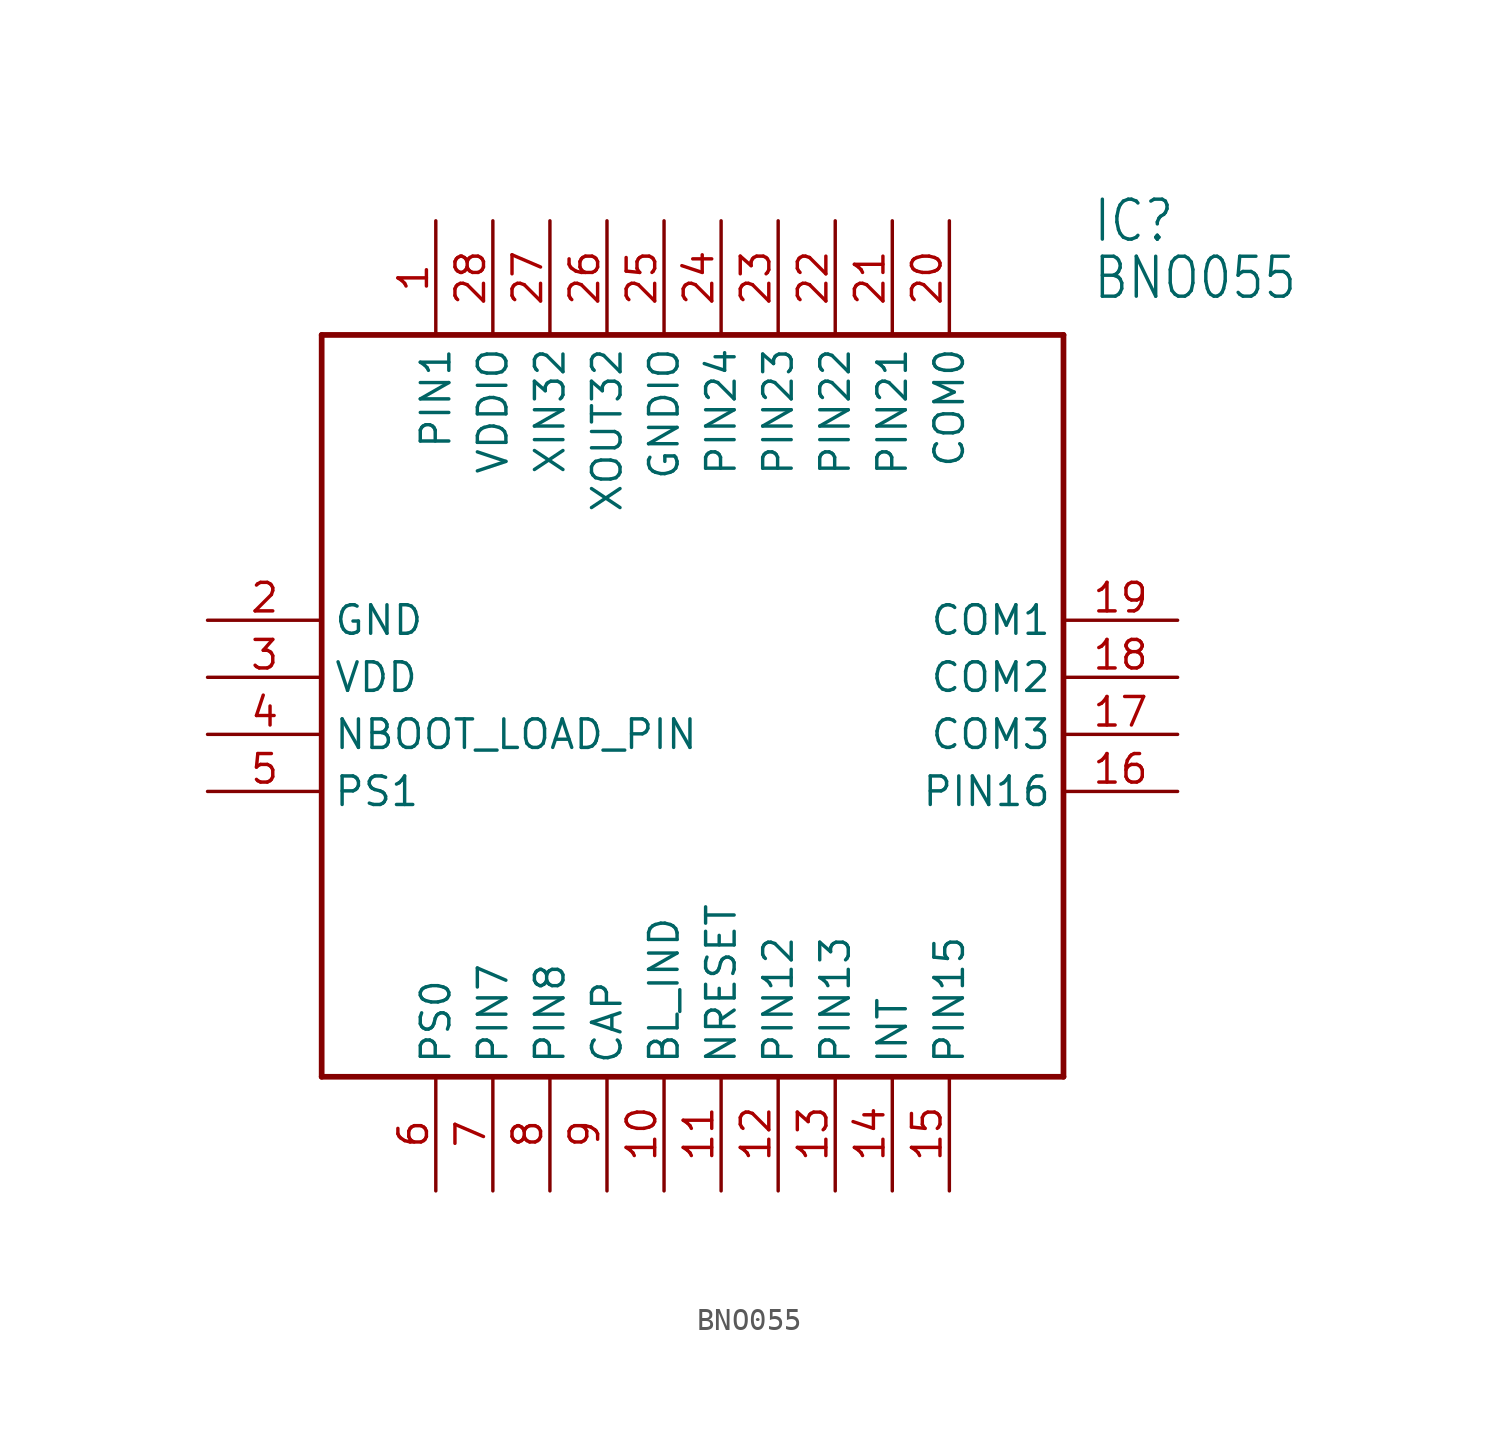
<source format=kicad_sym>
(kicad_symbol_lib
  (version 20211014)
  (generator kicad_symbol_editor)
  (symbol "BNO055"
    (property "Reference" "IC"
      (at 39.37 17.78 0)
      (effects (font (size 1.778 1.511)) (justify left)))
    (property "Value" "BNO055"
      (at 39.37 15.24 0)
      (effects (font (size 1.778 1.511)) (justify left)))
    (property "ki_locked" ""
      (at 0 0 0)
      (effects (font (size 1.27 1.27))))
    (symbol "BNO055_1_0"
      (polyline (pts (xy 5.08 12.7) (xy 5.08 -20.32)) (stroke (width 0.254) (type default) (color 0 0 0 0)) (fill (type none)))
      (polyline (pts (xy 5.08 12.7) (xy 38.1 12.7)) (stroke (width 0.254) (type default) (color 0 0 0 0)) (fill (type none)))
      (polyline (pts (xy 38.1 -20.32) (xy 5.08 -20.32)) (stroke (width 0.254) (type default) (color 0 0 0 0)) (fill (type none)))
      (polyline (pts (xy 38.1 -20.32) (xy 38.1 12.7)) (stroke (width 0.254) (type default) (color 0 0 0 0)) (fill (type none)))
      (pin input line (at 10.16 17.78 270) (length 5.08) (name "PIN1" (effects (font (size 1.27 1.27)))) (number "1" (effects (font (size 1.27 1.27)))))
      (pin input line (at 20.32 -25.4 90) (length 5.08) (name "BL_IND" (effects (font (size 1.27 1.27)))) (number "10" (effects (font (size 1.27 1.27)))))
      (pin input line (at 22.86 -25.4 90) (length 5.08) (name "NRESET" (effects (font (size 1.27 1.27)))) (number "11" (effects (font (size 1.27 1.27)))))
      (pin input line (at 25.4 -25.4 90) (length 5.08) (name "PIN12" (effects (font (size 1.27 1.27)))) (number "12" (effects (font (size 1.27 1.27)))))
      (pin input line (at 27.94 -25.4 90) (length 5.08) (name "PIN13" (effects (font (size 1.27 1.27)))) (number "13" (effects (font (size 1.27 1.27)))))
      (pin bidirectional line (at 30.48 -25.4 90) (length 5.08) (name "INT" (effects (font (size 1.27 1.27)))) (number "14" (effects (font (size 1.27 1.27)))))
      (pin bidirectional line (at 33.02 -25.4 90) (length 5.08) (name "PIN15" (effects (font (size 1.27 1.27)))) (number "15" (effects (font (size 1.27 1.27)))))
      (pin bidirectional line (at 43.18 -7.62 180) (length 5.08) (name "PIN16" (effects (font (size 1.27 1.27)))) (number "16" (effects (font (size 1.27 1.27)))))
      (pin bidirectional line (at 43.18 -5.08 180) (length 5.08) (name "COM3" (effects (font (size 1.27 1.27)))) (number "17" (effects (font (size 1.27 1.27)))))
      (pin input line (at 43.18 -2.54 180) (length 5.08) (name "COM2" (effects (font (size 1.27 1.27)))) (number "18" (effects (font (size 1.27 1.27)))))
      (pin input line (at 43.18 0 180) (length 5.08) (name "COM1" (effects (font (size 1.27 1.27)))) (number "19" (effects (font (size 1.27 1.27)))))
      (pin input line (at 0 0 0) (length 5.08) (name "GND" (effects (font (size 1.27 1.27)))) (number "2" (effects (font (size 1.27 1.27)))))
      (pin bidirectional line (at 33.02 17.78 270) (length 5.08) (name "COM0" (effects (font (size 1.27 1.27)))) (number "20" (effects (font (size 1.27 1.27)))))
      (pin bidirectional line (at 30.48 17.78 270) (length 5.08) (name "PIN21" (effects (font (size 1.27 1.27)))) (number "21" (effects (font (size 1.27 1.27)))))
      (pin input line (at 27.94 17.78 270) (length 5.08) (name "PIN22" (effects (font (size 1.27 1.27)))) (number "22" (effects (font (size 1.27 1.27)))))
      (pin input line (at 25.4 17.78 270) (length 5.08) (name "PIN23" (effects (font (size 1.27 1.27)))) (number "23" (effects (font (size 1.27 1.27)))))
      (pin input line (at 22.86 17.78 270) (length 5.08) (name "PIN24" (effects (font (size 1.27 1.27)))) (number "24" (effects (font (size 1.27 1.27)))))
      (pin bidirectional line (at 20.32 17.78 270) (length 5.08) (name "GNDIO" (effects (font (size 1.27 1.27)))) (number "25" (effects (font (size 1.27 1.27)))))
      (pin input line (at 17.78 17.78 270) (length 5.08) (name "XOUT32" (effects (font (size 1.27 1.27)))) (number "26" (effects (font (size 1.27 1.27)))))
      (pin bidirectional line (at 15.24 17.78 270) (length 5.08) (name "XIN32" (effects (font (size 1.27 1.27)))) (number "27" (effects (font (size 1.27 1.27)))))
      (pin input line (at 12.7 17.78 270) (length 5.08) (name "VDDIO" (effects (font (size 1.27 1.27)))) (number "28" (effects (font (size 1.27 1.27)))))
      (pin power_in line (at 0 -2.54 0) (length 5.08) (name "VDD" (effects (font (size 1.27 1.27)))) (number "3" (effects (font (size 1.27 1.27)))))
      (pin power_in line (at 0 -5.08 0) (length 5.08) (name "NBOOT_LOAD_PIN" (effects (font (size 1.27 1.27)))) (number "4" (effects (font (size 1.27 1.27)))))
      (pin input line (at 0 -7.62 0) (length 5.08) (name "PS1" (effects (font (size 1.27 1.27)))) (number "5" (effects (font (size 1.27 1.27)))))
      (pin power_in line (at 10.16 -25.4 90) (length 5.08) (name "PS0" (effects (font (size 1.27 1.27)))) (number "6" (effects (font (size 1.27 1.27)))))
      (pin input line (at 12.7 -25.4 90) (length 5.08) (name "PIN7" (effects (font (size 1.27 1.27)))) (number "7" (effects (font (size 1.27 1.27)))))
      (pin output line (at 15.24 -25.4 90) (length 5.08) (name "PIN8" (effects (font (size 1.27 1.27)))) (number "8" (effects (font (size 1.27 1.27)))))
      (pin power_in line (at 17.78 -25.4 90) (length 5.08) (name "CAP" (effects (font (size 1.27 1.27)))) (number "9" (effects (font (size 1.27 1.27))))))))
</source>
